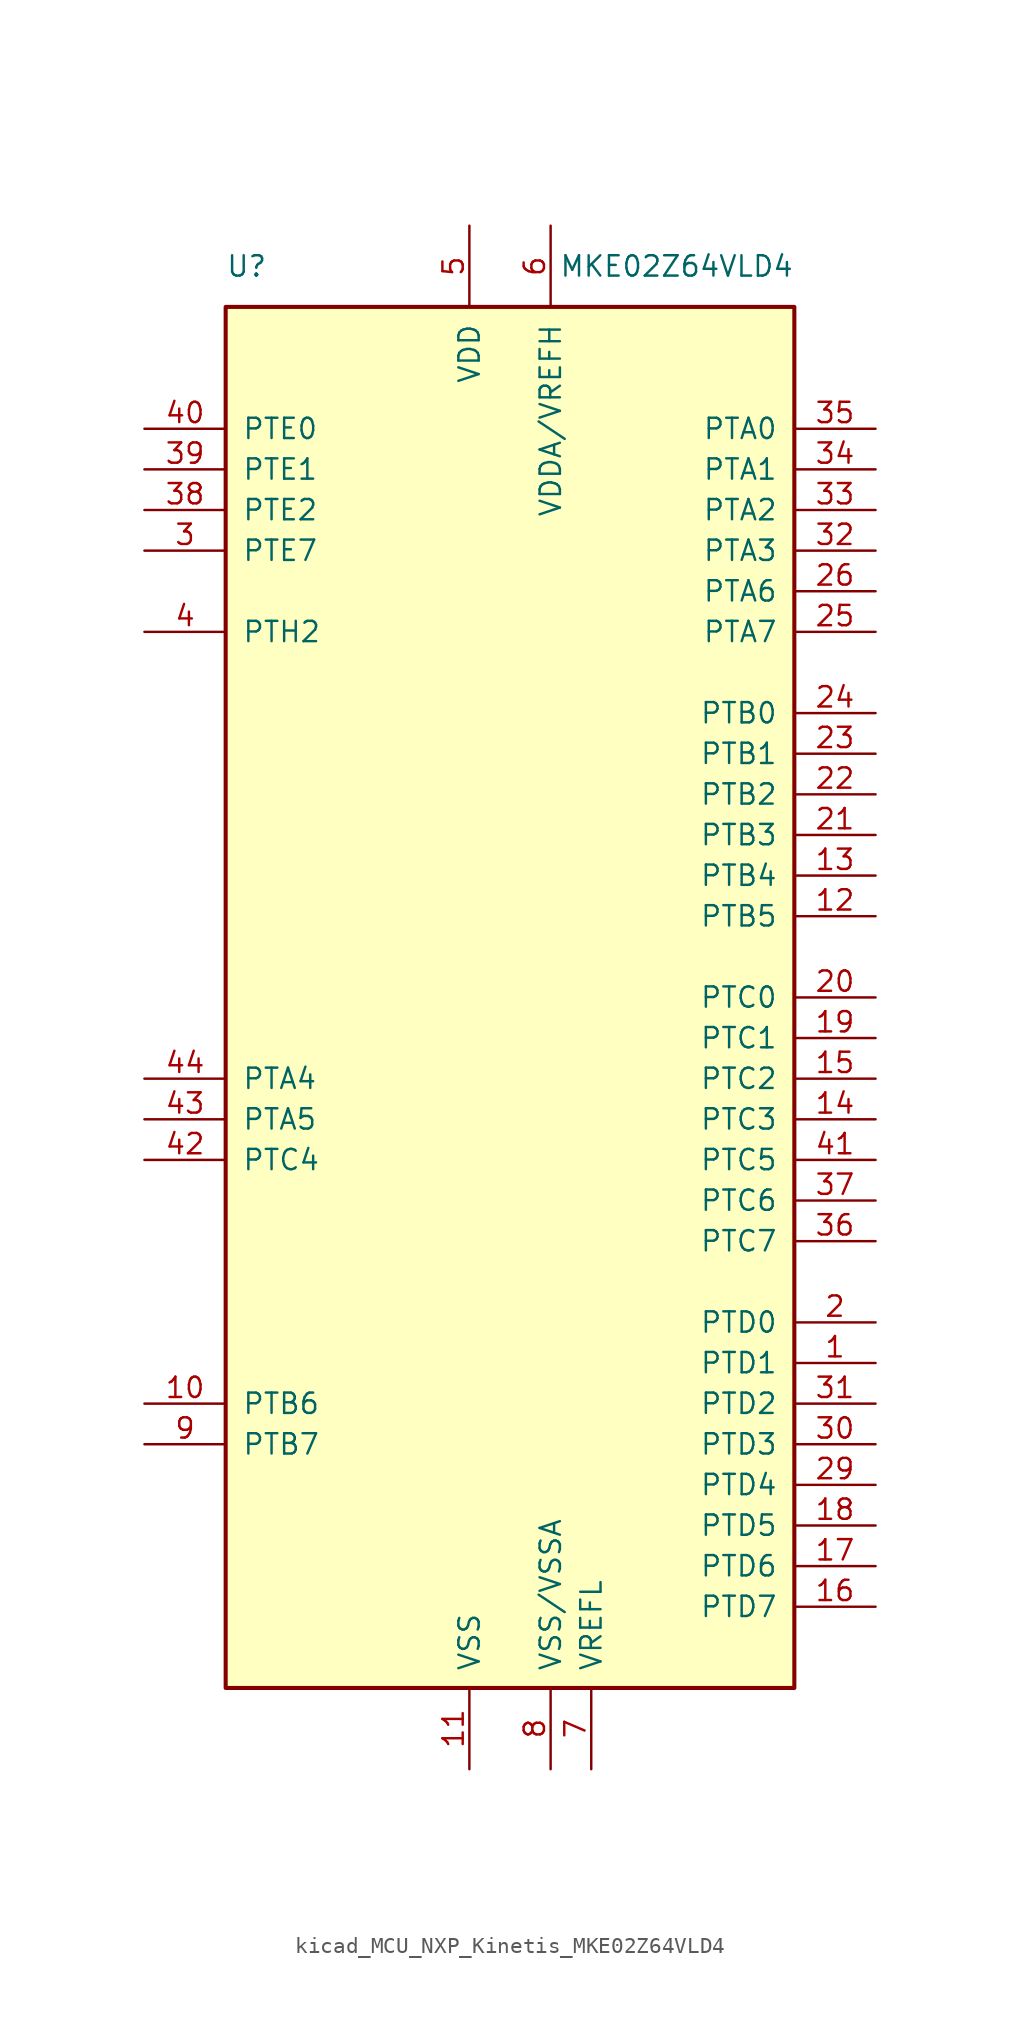
<source format=kicad_sym>
(kicad_symbol_lib
  (version 20220914)
  (generator kicad_symbol_editor)
  (symbol "kicad_MCU_NXP_Kinetis_MKE02Z64VLD4"
    (pin_names
      (offset 1.016))
    (property "Reference" "U"
      (at -17.78 45.72 0)
      (effects (font (size 1.27 1.27)) (justify left)))
    (property "Value" "MKE02Z64VLD4"
      (at 17.78 45.72 0)
      (effects (font (size 1.27 1.27)) (justify right)))
    (symbol "kicad_MCU_NXP_Kinetis_MKE02Z64VLD4_0_1"
      (rectangle (start -17.78 43.18) (end 17.78 -43.18) (stroke (width 0.254) (type default)) (fill (type background))))
    (symbol "kicad_MCU_NXP_Kinetis_MKE02Z64VLD4_1_1"
      (pin bidirectional line (at 22.86 -22.86 180) (length 5.08) (name "PTD1" (effects (font (size 1.27 1.27)))) (number "1" (effects (font (size 1.27 1.27)))))
      (pin bidirectional line (at -22.86 -25.4 0) (length 5.08) (name "PTB6" (effects (font (size 1.27 1.27)))) (number "10" (effects (font (size 1.27 1.27)))))
      (pin power_in line (at -2.54 -48.26 90) (length 5.08) (name "VSS" (effects (font (size 1.27 1.27)))) (number "11" (effects (font (size 1.27 1.27)))))
      (pin bidirectional line (at 22.86 5.08 180) (length 5.08) (name "PTB5" (effects (font (size 1.27 1.27)))) (number "12" (effects (font (size 1.27 1.27)))))
      (pin bidirectional line (at 22.86 7.62 180) (length 5.08) (name "PTB4" (effects (font (size 1.27 1.27)))) (number "13" (effects (font (size 1.27 1.27)))))
      (pin bidirectional line (at 22.86 -7.62 180) (length 5.08) (name "PTC3" (effects (font (size 1.27 1.27)))) (number "14" (effects (font (size 1.27 1.27)))))
      (pin bidirectional line (at 22.86 -5.08 180) (length 5.08) (name "PTC2" (effects (font (size 1.27 1.27)))) (number "15" (effects (font (size 1.27 1.27)))))
      (pin bidirectional line (at 22.86 -38.1 180) (length 5.08) (name "PTD7" (effects (font (size 1.27 1.27)))) (number "16" (effects (font (size 1.27 1.27)))))
      (pin bidirectional line (at 22.86 -35.56 180) (length 5.08) (name "PTD6" (effects (font (size 1.27 1.27)))) (number "17" (effects (font (size 1.27 1.27)))))
      (pin bidirectional line (at 22.86 -33.02 180) (length 5.08) (name "PTD5" (effects (font (size 1.27 1.27)))) (number "18" (effects (font (size 1.27 1.27)))))
      (pin bidirectional line (at 22.86 -2.54 180) (length 5.08) (name "PTC1" (effects (font (size 1.27 1.27)))) (number "19" (effects (font (size 1.27 1.27)))))
      (pin bidirectional line (at 22.86 -20.32 180) (length 5.08) (name "PTD0" (effects (font (size 1.27 1.27)))) (number "2" (effects (font (size 1.27 1.27)))))
      (pin bidirectional line (at 22.86 0 180) (length 5.08) (name "PTC0" (effects (font (size 1.27 1.27)))) (number "20" (effects (font (size 1.27 1.27)))))
      (pin bidirectional line (at 22.86 10.16 180) (length 5.08) (name "PTB3" (effects (font (size 1.27 1.27)))) (number "21" (effects (font (size 1.27 1.27)))))
      (pin bidirectional line (at 22.86 12.7 180) (length 5.08) (name "PTB2" (effects (font (size 1.27 1.27)))) (number "22" (effects (font (size 1.27 1.27)))))
      (pin bidirectional line (at 22.86 15.24 180) (length 5.08) (name "PTB1" (effects (font (size 1.27 1.27)))) (number "23" (effects (font (size 1.27 1.27)))))
      (pin bidirectional line (at 22.86 17.78 180) (length 5.08) (name "PTB0" (effects (font (size 1.27 1.27)))) (number "24" (effects (font (size 1.27 1.27)))))
      (pin bidirectional line (at 22.86 22.86 180) (length 5.08) (name "PTA7" (effects (font (size 1.27 1.27)))) (number "25" (effects (font (size 1.27 1.27)))))
      (pin bidirectional line (at 22.86 25.4 180) (length 5.08) (name "PTA6" (effects (font (size 1.27 1.27)))) (number "26" (effects (font (size 1.27 1.27)))))
      (pin passive line (at -2.54 -48.26 90) (length 5.08) hide (name "VSS" (effects (font (size 1.27 1.27)))) (number "27" (effects (font (size 1.27 1.27)))))
      (pin passive line (at -2.54 48.26 270) (length 5.08) hide (name "VDD" (effects (font (size 1.27 1.27)))) (number "28" (effects (font (size 1.27 1.27)))))
      (pin bidirectional line (at 22.86 -30.48 180) (length 5.08) (name "PTD4" (effects (font (size 1.27 1.27)))) (number "29" (effects (font (size 1.27 1.27)))))
      (pin bidirectional line (at -22.86 27.94 0) (length 5.08) (name "PTE7" (effects (font (size 1.27 1.27)))) (number "3" (effects (font (size 1.27 1.27)))))
      (pin bidirectional line (at 22.86 -27.94 180) (length 5.08) (name "PTD3" (effects (font (size 1.27 1.27)))) (number "30" (effects (font (size 1.27 1.27)))))
      (pin bidirectional line (at 22.86 -25.4 180) (length 5.08) (name "PTD2" (effects (font (size 1.27 1.27)))) (number "31" (effects (font (size 1.27 1.27)))))
      (pin bidirectional line (at 22.86 27.94 180) (length 5.08) (name "PTA3" (effects (font (size 1.27 1.27)))) (number "32" (effects (font (size 1.27 1.27)))))
      (pin bidirectional line (at 22.86 30.48 180) (length 5.08) (name "PTA2" (effects (font (size 1.27 1.27)))) (number "33" (effects (font (size 1.27 1.27)))))
      (pin bidirectional line (at 22.86 33.02 180) (length 5.08) (name "PTA1" (effects (font (size 1.27 1.27)))) (number "34" (effects (font (size 1.27 1.27)))))
      (pin bidirectional line (at 22.86 35.56 180) (length 5.08) (name "PTA0" (effects (font (size 1.27 1.27)))) (number "35" (effects (font (size 1.27 1.27)))))
      (pin bidirectional line (at 22.86 -15.24 180) (length 5.08) (name "PTC7" (effects (font (size 1.27 1.27)))) (number "36" (effects (font (size 1.27 1.27)))))
      (pin bidirectional line (at 22.86 -12.7 180) (length 5.08) (name "PTC6" (effects (font (size 1.27 1.27)))) (number "37" (effects (font (size 1.27 1.27)))))
      (pin bidirectional line (at -22.86 30.48 0) (length 5.08) (name "PTE2" (effects (font (size 1.27 1.27)))) (number "38" (effects (font (size 1.27 1.27)))))
      (pin bidirectional line (at -22.86 33.02 0) (length 5.08) (name "PTE1" (effects (font (size 1.27 1.27)))) (number "39" (effects (font (size 1.27 1.27)))))
      (pin bidirectional line (at -22.86 22.86 0) (length 5.08) (name "PTH2" (effects (font (size 1.27 1.27)))) (number "4" (effects (font (size 1.27 1.27)))))
      (pin bidirectional line (at -22.86 35.56 0) (length 5.08) (name "PTE0" (effects (font (size 1.27 1.27)))) (number "40" (effects (font (size 1.27 1.27)))))
      (pin bidirectional line (at 22.86 -10.16 180) (length 5.08) (name "PTC5" (effects (font (size 1.27 1.27)))) (number "41" (effects (font (size 1.27 1.27)))))
      (pin bidirectional line (at -22.86 -10.16 0) (length 5.08) (name "PTC4" (effects (font (size 1.27 1.27)))) (number "42" (effects (font (size 1.27 1.27)))))
      (pin bidirectional line (at -22.86 -7.62 0) (length 5.08) (name "PTA5" (effects (font (size 1.27 1.27)))) (number "43" (effects (font (size 1.27 1.27)))))
      (pin bidirectional line (at -22.86 -5.08 0) (length 5.08) (name "PTA4" (effects (font (size 1.27 1.27)))) (number "44" (effects (font (size 1.27 1.27)))))
      (pin power_in line (at -2.54 48.26 270) (length 5.08) (name "VDD" (effects (font (size 1.27 1.27)))) (number "5" (effects (font (size 1.27 1.27)))))
      (pin power_in line (at 2.54 48.26 270) (length 5.08) (name "VDDA/VREFH" (effects (font (size 1.27 1.27)))) (number "6" (effects (font (size 1.27 1.27)))))
      (pin power_in line (at 5.08 -48.26 90) (length 5.08) (name "VREFL" (effects (font (size 1.27 1.27)))) (number "7" (effects (font (size 1.27 1.27)))))
      (pin power_in line (at 2.54 -48.26 90) (length 5.08) (name "VSS/VSSA" (effects (font (size 1.27 1.27)))) (number "8" (effects (font (size 1.27 1.27)))))
      (pin bidirectional line (at -22.86 -27.94 0) (length 5.08) (name "PTB7" (effects (font (size 1.27 1.27)))) (number "9" (effects (font (size 1.27 1.27))))))))
</source>
